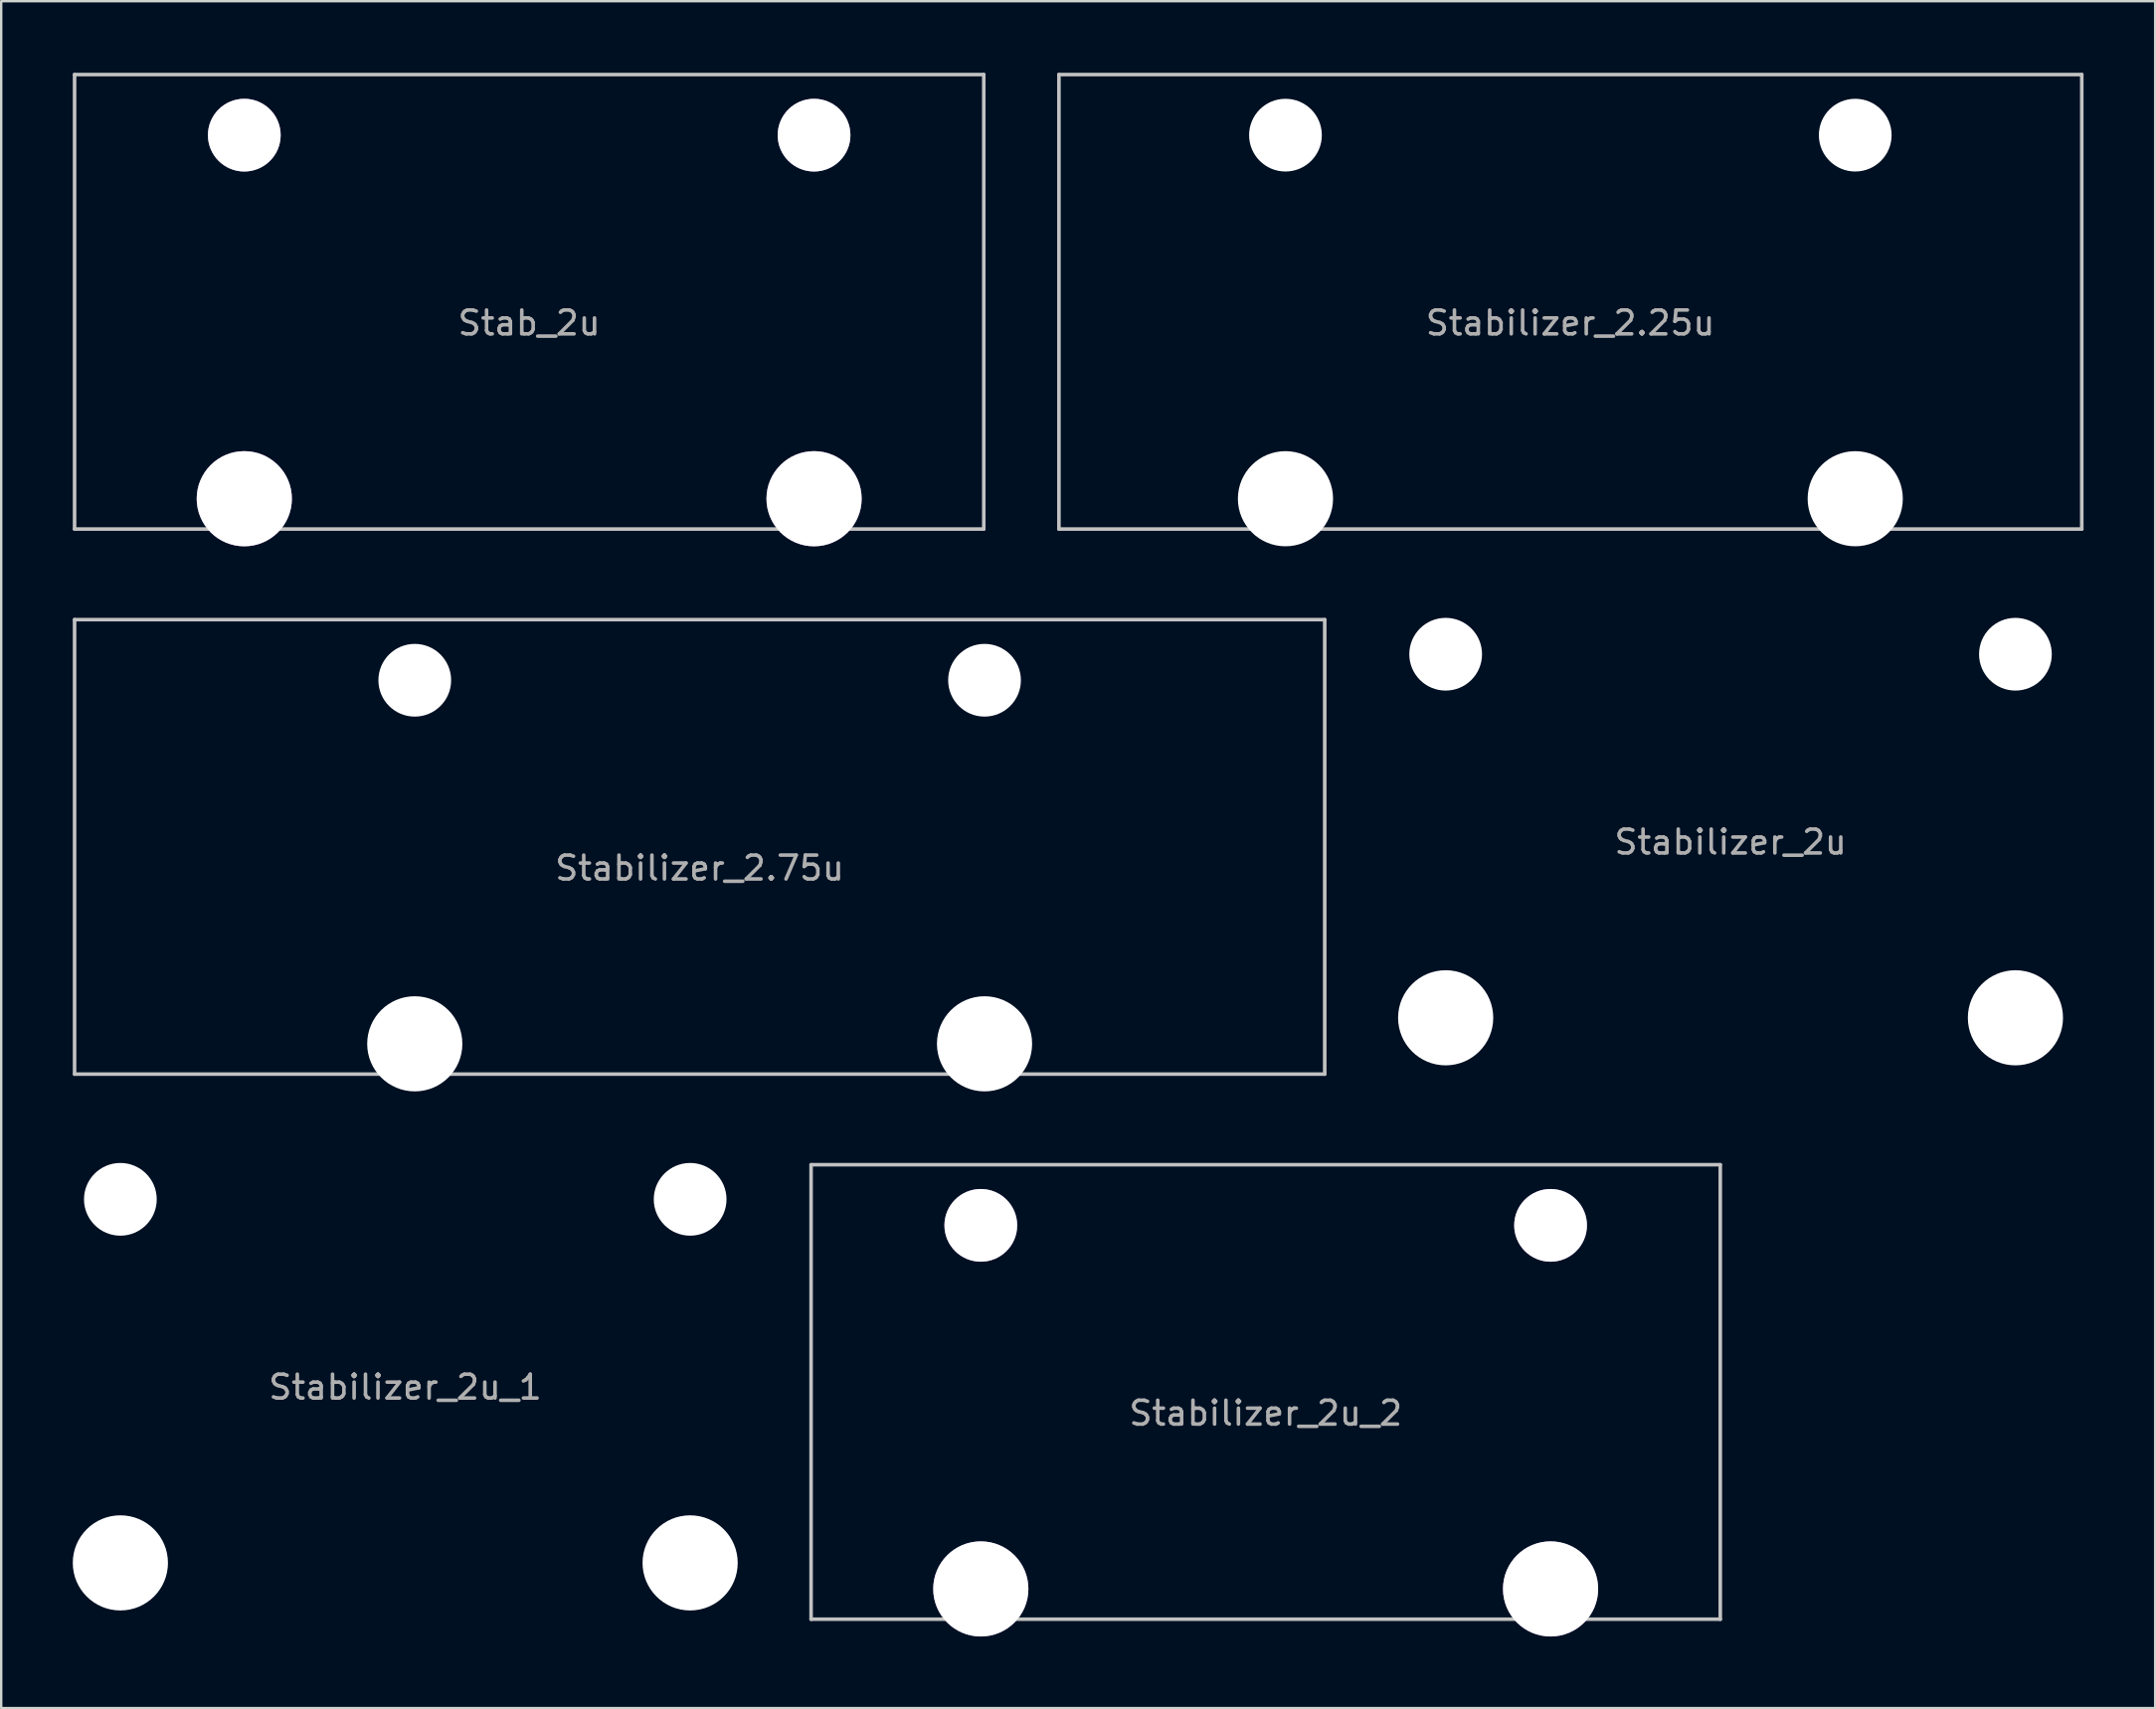
<source format=kicad_pcb>
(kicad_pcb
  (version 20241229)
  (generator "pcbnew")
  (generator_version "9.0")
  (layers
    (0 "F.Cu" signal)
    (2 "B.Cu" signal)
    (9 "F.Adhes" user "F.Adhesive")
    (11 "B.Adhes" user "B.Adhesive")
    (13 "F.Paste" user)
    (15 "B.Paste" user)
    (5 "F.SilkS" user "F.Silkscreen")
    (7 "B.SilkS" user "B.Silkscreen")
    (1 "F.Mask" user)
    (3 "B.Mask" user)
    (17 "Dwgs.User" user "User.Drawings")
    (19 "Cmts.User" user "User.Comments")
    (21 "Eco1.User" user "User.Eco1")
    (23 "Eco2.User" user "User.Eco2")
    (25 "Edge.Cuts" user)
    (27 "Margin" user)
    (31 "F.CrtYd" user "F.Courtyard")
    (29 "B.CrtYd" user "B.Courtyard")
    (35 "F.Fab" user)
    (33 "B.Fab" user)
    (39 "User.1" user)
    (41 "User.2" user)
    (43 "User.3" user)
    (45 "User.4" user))
  (footprint "Stabilizer_2u"
    (layer "F.Cu")
    (at 69.469 31.358)
    (property "Reference" "Stabilizer_2u" (at 0 0.889 0) (unlocked yes) (layer "F.Fab") (effects (font (size 1 1) (thickness 0.15))))
    (attr through_hole)
    (fp_line (start -13.589 -5.334) (end -13.589 6.096) (stroke (width 0.152) (type solid)) (layer "Eco2.User"))
    (fp_line (start -13.589 6.096) (end -10.287 6.096) (stroke (width 0.152) (type solid)) (layer "Eco2.User"))
    (fp_line (start -10.287 -5.334) (end -13.589 -5.334) (stroke (width 0.152) (type solid)) (layer "Eco2.User"))
    (fp_line (start -10.287 6.096) (end -10.287 -5.334) (stroke (width 0.152) (type solid)) (layer "Eco2.User"))
    (fp_line (start 10.287 -5.334) (end 10.287 6.096) (stroke (width 0.152) (type solid)) (layer "Eco2.User"))
    (fp_line (start 10.287 6.096) (end 13.589 6.096) (stroke (width 0.152) (type solid)) (layer "Eco2.User"))
    (fp_line (start 13.589 -5.334) (end 10.287 -5.334) (stroke (width 0.152) (type solid)) (layer "Eco2.User"))
    (fp_line (start 13.589 6.096) (end 13.589 -5.334) (stroke (width 0.152) (type solid)) (layer "Eco2.User"))
    (pad "" np_thru_hole circle (at -11.938 -6.985) (size 3.048 3.048) (drill 3.048) (layers "*.Cu" "*.Mask"))
    (pad "" np_thru_hole circle (at -11.938 8.255) (size 3.988 3.988) (drill 3.988) (layers "*.Cu" "*.Mask"))
    (pad "" np_thru_hole circle (at 11.938 -6.985) (size 3.048 3.048) (drill 3.048) (layers "*.Cu" "*.Mask"))
    (pad "" np_thru_hole circle (at 11.938 8.255) (size 3.988 3.988) (drill 3.988) (layers "*.Cu" "*.Mask")))
  (footprint "Stabilizer_2.75u"
    (layer "F.Cu")
    (at 26.269 32.449)
    (property "Reference" "Stabilizer_2.75u" (at 0 0.889 0) (unlocked yes) (layer "F.Fab") (effects (font (size 1 1) (thickness 0.15))))
    (attr through_hole)
    (fp_line (start -26.194 -9.525) (end 26.194 -9.525) (stroke (width 0.15) (type solid)) (layer "Dwgs.User"))
    (fp_line (start -26.194 9.525) (end -26.194 -9.525) (stroke (width 0.15) (type solid)) (layer "Dwgs.User"))
    (fp_line (start -26.194 9.525) (end 26.194 9.525) (stroke (width 0.15) (type solid)) (layer "Dwgs.User"))
    (fp_line (start 26.194 -9.525) (end 26.194 9.525) (stroke (width 0.15) (type solid)) (layer "Dwgs.User"))
    (fp_line (start -13.589 -5.334) (end -13.589 6.096) (stroke (width 0.152) (type solid)) (layer "Eco2.User"))
    (fp_line (start -13.589 6.096) (end -10.287 6.096) (stroke (width 0.152) (type solid)) (layer "Eco2.User"))
    (fp_line (start -10.287 -5.334) (end -13.589 -5.334) (stroke (width 0.152) (type solid)) (layer "Eco2.User"))
    (fp_line (start -10.287 6.096) (end -10.287 -5.334) (stroke (width 0.152) (type solid)) (layer "Eco2.User"))
    (fp_line (start 10.287 -5.334) (end 10.287 6.096) (stroke (width 0.152) (type solid)) (layer "Eco2.User"))
    (fp_line (start 10.287 6.096) (end 13.589 6.096) (stroke (width 0.152) (type solid)) (layer "Eco2.User"))
    (fp_line (start 13.589 -5.334) (end 10.287 -5.334) (stroke (width 0.152) (type solid)) (layer "Eco2.User"))
    (fp_line (start 13.589 6.096) (end 13.589 -5.334) (stroke (width 0.152) (type solid)) (layer "Eco2.User"))
    (pad "" np_thru_hole circle (at -11.938 -6.985) (size 3.048 3.048) (drill 3.048) (layers "*.Cu" "*.Mask"))
    (pad "" np_thru_hole circle (at -11.938 8.255) (size 3.988 3.988) (drill 3.988) (layers "*.Cu" "*.Mask"))
    (pad "" np_thru_hole circle (at 11.938 -6.985) (size 3.048 3.048) (drill 3.048) (layers "*.Cu" "*.Mask"))
    (pad "" np_thru_hole circle (at 11.938 8.255) (size 3.988 3.988) (drill 3.988) (layers "*.Cu" "*.Mask")))
  (footprint "Stab_2u"
    (layer "F.Cu")
    (at 19.125 9.6)
    (property "Reference" "Stab_2u" (at 0 0.889 0) (unlocked yes) (layer "F.Fab") (effects (font (size 1 1) (thickness 0.15))))
    (attr through_hole)
    (fp_line (start -19.05 -9.525) (end 19.05 -9.525) (stroke (width 0.15) (type solid)) (layer "Dwgs.User"))
    (fp_line (start -19.05 9.525) (end -19.05 -9.525) (stroke (width 0.15) (type solid)) (layer "Dwgs.User"))
    (fp_line (start -19.05 9.525) (end 19.05 9.525) (stroke (width 0.15) (type solid)) (layer "Dwgs.User"))
    (fp_line (start 19.05 -9.525) (end 19.05 9.525) (stroke (width 0.15) (type solid)) (layer "Dwgs.User"))
    (fp_line (start -13.589 -5.334) (end -13.589 6.096) (stroke (width 0.152) (type solid)) (layer "Eco2.User"))
    (fp_line (start -13.589 6.096) (end -10.287 6.096) (stroke (width 0.152) (type solid)) (layer "Eco2.User"))
    (fp_line (start -10.287 -5.334) (end -13.589 -5.334) (stroke (width 0.152) (type solid)) (layer "Eco2.User"))
    (fp_line (start -10.287 6.096) (end -10.287 -5.334) (stroke (width 0.152) (type solid)) (layer "Eco2.User"))
    (fp_line (start 10.287 -5.334) (end 10.287 6.096) (stroke (width 0.152) (type solid)) (layer "Eco2.User"))
    (fp_line (start 10.287 6.096) (end 13.589 6.096) (stroke (width 0.152) (type solid)) (layer "Eco2.User"))
    (fp_line (start 13.589 -5.334) (end 10.287 -5.334) (stroke (width 0.152) (type solid)) (layer "Eco2.User"))
    (fp_line (start 13.589 6.096) (end 13.589 -5.334) (stroke (width 0.152) (type solid)) (layer "Eco2.User"))
    (pad "" thru_hole circle (at -11.938 -6.985) (size 3.048 3.048) (drill 3.048) (layers "*.Cu" "*.Mask"))
    (pad "" thru_hole circle (at -11.938 8.255) (size 3.988 3.988) (drill 3.988) (layers "*.Cu" "*.Mask"))
    (pad "" thru_hole circle (at 11.938 -6.985) (size 3.048 3.048) (drill 3.048) (layers "*.Cu" "*.Mask"))
    (pad "" thru_hole circle (at 11.938 8.255) (size 3.988 3.988) (drill 3.988) (layers "*.Cu" "*.Mask")))
  (footprint "Stabilizer_2u_1"
    (layer "F.Cu")
    (at 13.932 54.207)
    (property "Reference" "Stabilizer_2u_1" (at 0 0.889 0) (unlocked yes) (layer "F.Fab") (effects (font (size 1 1) (thickness 0.15))))
    (attr through_hole)
    (fp_line (start -13.589 -5.334) (end -13.589 6.096) (stroke (width 0.152) (type solid)) (layer "Eco2.User"))
    (fp_line (start -13.589 6.096) (end -10.287 6.096) (stroke (width 0.152) (type solid)) (layer "Eco2.User"))
    (fp_line (start -10.287 -5.334) (end -13.589 -5.334) (stroke (width 0.152) (type solid)) (layer "Eco2.User"))
    (fp_line (start -10.287 6.096) (end -10.287 -5.334) (stroke (width 0.152) (type solid)) (layer "Eco2.User"))
    (fp_line (start 10.287 -5.334) (end 10.287 6.096) (stroke (width 0.152) (type solid)) (layer "Eco2.User"))
    (fp_line (start 10.287 6.096) (end 13.589 6.096) (stroke (width 0.152) (type solid)) (layer "Eco2.User"))
    (fp_line (start 13.589 -5.334) (end 10.287 -5.334) (stroke (width 0.152) (type solid)) (layer "Eco2.User"))
    (fp_line (start 13.589 6.096) (end 13.589 -5.334) (stroke (width 0.152) (type solid)) (layer "Eco2.User"))
    (pad "" np_thru_hole circle (at -11.938 -6.985) (size 3.048 3.048) (drill 3.048) (layers "*.Cu" "*.Mask"))
    (pad "" np_thru_hole circle (at -11.938 8.255) (size 3.988 3.988) (drill 3.988) (layers "*.Cu" "*.Mask"))
    (pad "" np_thru_hole circle (at 11.938 -6.985) (size 3.048 3.048) (drill 3.048) (layers "*.Cu" "*.Mask"))
    (pad "" np_thru_hole circle (at 11.938 8.255) (size 3.988 3.988) (drill 3.988) (layers "*.Cu" "*.Mask")))
  (footprint "Stabilizer_2u_2"
    (layer "F.Cu")
    (at 49.989 55.298)
    (property "Reference" "Stabilizer_2u_2" (at 0 0.889 0) (unlocked yes) (layer "F.Fab") (effects (font (size 1 1) (thickness 0.15))))
    (attr through_hole)
    (fp_line (start -19.05 -9.525) (end 19.05 -9.525) (stroke (width 0.15) (type solid)) (layer "Dwgs.User"))
    (fp_line (start -19.05 9.525) (end -19.05 -9.525) (stroke (width 0.15) (type solid)) (layer "Dwgs.User"))
    (fp_line (start -19.05 9.525) (end 19.05 9.525) (stroke (width 0.15) (type solid)) (layer "Dwgs.User"))
    (fp_line (start 19.05 -9.525) (end 19.05 9.525) (stroke (width 0.15) (type solid)) (layer "Dwgs.User"))
    (fp_line (start -13.589 -5.334) (end -13.589 6.096) (stroke (width 0.152) (type solid)) (layer "Eco2.User"))
    (fp_line (start -13.589 6.096) (end -10.287 6.096) (stroke (width 0.152) (type solid)) (layer "Eco2.User"))
    (fp_line (start -10.287 -5.334) (end -13.589 -5.334) (stroke (width 0.152) (type solid)) (layer "Eco2.User"))
    (fp_line (start -10.287 6.096) (end -10.287 -5.334) (stroke (width 0.152) (type solid)) (layer "Eco2.User"))
    (fp_line (start 10.287 -5.334) (end 10.287 6.096) (stroke (width 0.152) (type solid)) (layer "Eco2.User"))
    (fp_line (start 10.287 6.096) (end 13.589 6.096) (stroke (width 0.152) (type solid)) (layer "Eco2.User"))
    (fp_line (start 13.589 -5.334) (end 10.287 -5.334) (stroke (width 0.152) (type solid)) (layer "Eco2.User"))
    (fp_line (start 13.589 6.096) (end 13.589 -5.334) (stroke (width 0.152) (type solid)) (layer "Eco2.User"))
    (pad "" thru_hole circle (at -11.938 -6.985) (size 3.048 3.048) (drill 3.048) (layers "*.Cu" "*.Mask"))
    (pad "" thru_hole circle (at -11.938 8.255) (size 3.988 3.988) (drill 3.988) (layers "*.Cu" "*.Mask"))
    (pad "" thru_hole circle (at 11.938 -6.985) (size 3.048 3.048) (drill 3.048) (layers "*.Cu" "*.Mask"))
    (pad "" thru_hole circle (at 11.938 8.255) (size 3.988 3.988) (drill 3.988) (layers "*.Cu" "*.Mask")))
  (footprint "Stabilizer_2.25u"
    (layer "F.Cu")
    (at 62.756 9.6)
    (property "Reference" "Stabilizer_2.25u" (at 0 0.889 0) (unlocked yes) (layer "F.Fab") (effects (font (size 1 1) (thickness 0.15))))
    (attr through_hole)
    (fp_line (start -21.431 -9.525) (end 21.431 -9.525) (stroke (width 0.15) (type solid)) (layer "Dwgs.User"))
    (fp_line (start -21.431 9.525) (end -21.431 -9.525) (stroke (width 0.15) (type solid)) (layer "Dwgs.User"))
    (fp_line (start -21.431 9.525) (end 21.431 9.525) (stroke (width 0.15) (type solid)) (layer "Dwgs.User"))
    (fp_line (start 21.431 -9.525) (end 21.431 9.525) (stroke (width 0.15) (type solid)) (layer "Dwgs.User"))
    (fp_line (start -13.589 -5.334) (end -13.589 6.096) (stroke (width 0.152) (type solid)) (layer "Eco2.User"))
    (fp_line (start -13.589 6.096) (end -10.287 6.096) (stroke (width 0.152) (type solid)) (layer "Eco2.User"))
    (fp_line (start -10.287 -5.334) (end -13.589 -5.334) (stroke (width 0.152) (type solid)) (layer "Eco2.User"))
    (fp_line (start -10.287 6.096) (end -10.287 -5.334) (stroke (width 0.152) (type solid)) (layer "Eco2.User"))
    (fp_line (start 10.287 -5.334) (end 10.287 6.096) (stroke (width 0.152) (type solid)) (layer "Eco2.User"))
    (fp_line (start 10.287 6.096) (end 13.589 6.096) (stroke (width 0.152) (type solid)) (layer "Eco2.User"))
    (fp_line (start 13.589 -5.334) (end 10.287 -5.334) (stroke (width 0.152) (type solid)) (layer "Eco2.User"))
    (fp_line (start 13.589 6.096) (end 13.589 -5.334) (stroke (width 0.152) (type solid)) (layer "Eco2.User"))
    (pad "" np_thru_hole circle (at -11.938 -6.985) (size 3.048 3.048) (drill 3.048) (layers "*.Cu" "*.Mask"))
    (pad "" np_thru_hole circle (at -11.938 8.255) (size 3.988 3.988) (drill 3.988) (layers "*.Cu" "*.Mask"))
    (pad "" np_thru_hole circle (at 11.938 -6.985) (size 3.048 3.048) (drill 3.048) (layers "*.Cu" "*.Mask"))
    (pad "" np_thru_hole circle (at 11.938 8.255) (size 3.988 3.988) (drill 3.988) (layers "*.Cu" "*.Mask")))
  (gr_rect
    (start -3 -3)
    (end 87.263 68.547)
    (stroke (width 0.1) (type default))
    (fill no)
    (layer "Edge.Cuts")))
</source>
